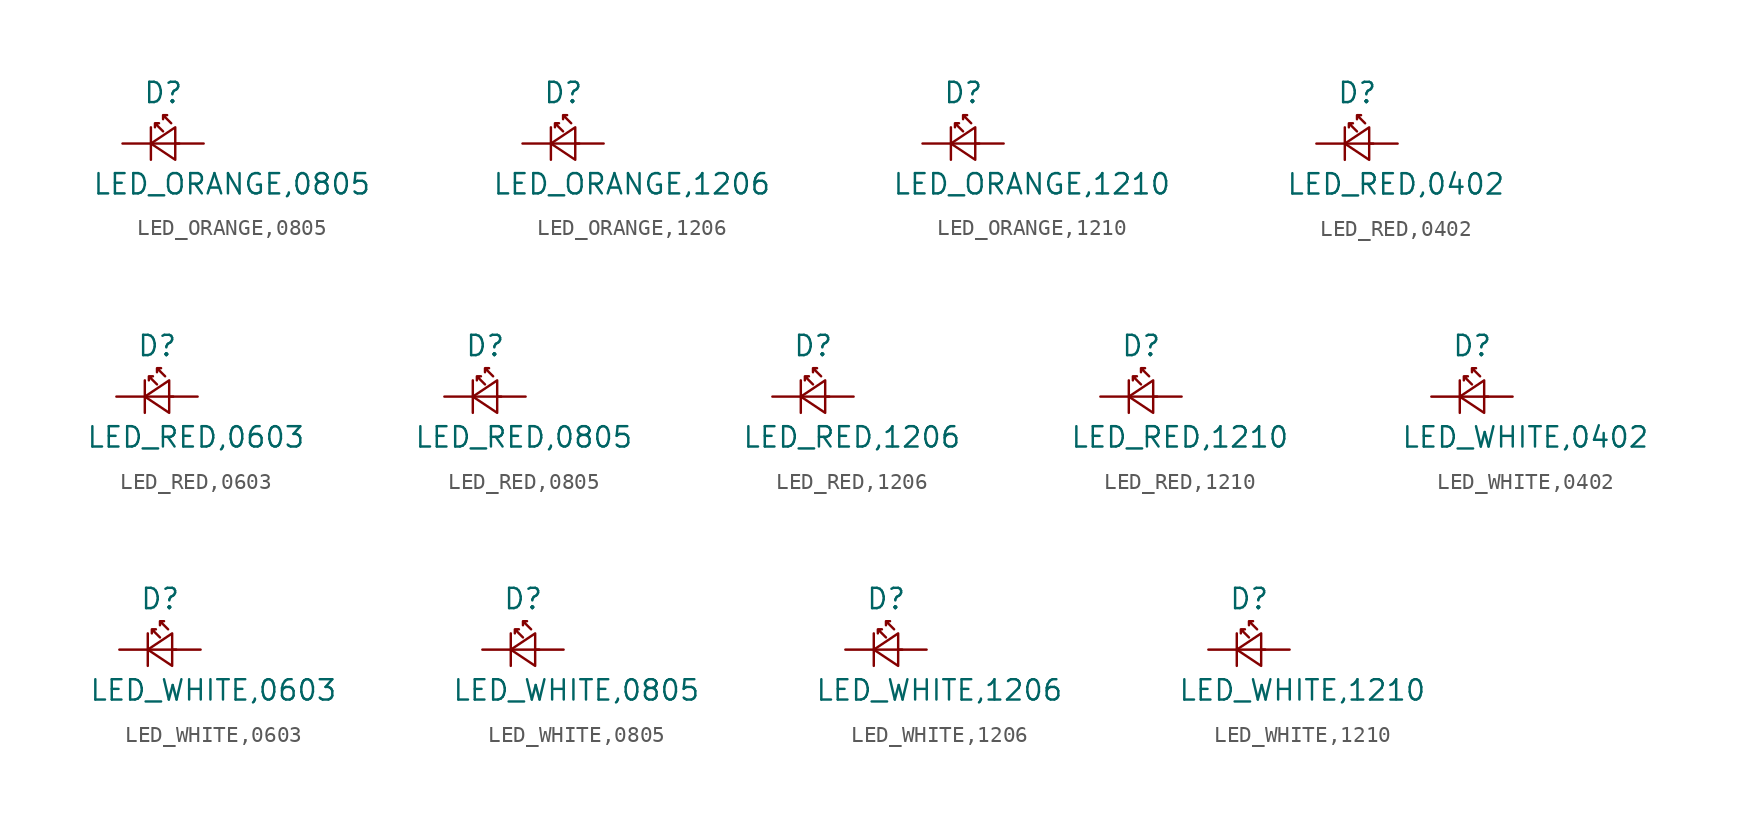
<source format=kicad_sym>
(kicad_symbol_lib
  (version 20211014)
  (generator kicad_symbol_editor)
  (symbol "LED_ORANGE,0805"
    (pin_numbers hide)
    (pin_names
      (offset 0.254) hide)
    (property "Reference" "D"
      (at -1.27 3.175 0)
      (effects (font (size 1.27 1.27)) (justify left)))
    (property "Value" "LED_ORANGE,0805"
      (at -4.445 -2.54 0)
      (effects (font (size 1.27 1.27)) (justify left)))
    (symbol "LED_ORANGE,0805_0_1"
      (polyline (pts (xy -0.762 -1.016) (xy -0.762 1.016)) (stroke (width 0) (type default) (color 0 0 0 0)) (fill (type none)))
      (polyline (pts (xy 1.016 0) (xy -0.762 0)) (stroke (width 0) (type default) (color 0 0 0 0)) (fill (type none)))
      (polyline (pts (xy 0.762 -1.016) (xy -0.762 0) (xy 0.762 1.016) (xy 0.762 -1.016)) (stroke (width 0) (type default) (color 0 0 0 0)) (fill (type none)))
      (polyline (pts (xy 0 0.762) (xy -0.508 1.27) (xy -0.254 1.27) (xy -0.508 1.27) (xy -0.508 1.016)) (stroke (width 0) (type default) (color 0 0 0 0)) (fill (type none)))
      (polyline (pts (xy 0.508 1.27) (xy 0 1.778) (xy 0.254 1.778) (xy 0 1.778) (xy 0 1.524)) (stroke (width 0) (type default) (color 0 0 0 0)) (fill (type none))))
    (symbol "LED_ORANGE,0805_1_1"
      (pin passive line (at -2.54 0 0) (length 1.778) (name "K" (effects (font (size 1.27 1.27)))) (number "1" (effects (font (size 1.27 1.27)))))
      (pin passive line (at 2.54 0 180) (length 1.778) (name "A" (effects (font (size 1.27 1.27)))) (number "2" (effects (font (size 1.27 1.27)))))))
  (symbol "LED_ORANGE,1206"
    (pin_numbers hide)
    (pin_names
      (offset 0.254) hide)
    (property "Reference" "D"
      (at -1.27 3.175 0)
      (effects (font (size 1.27 1.27)) (justify left)))
    (property "Value" "LED_ORANGE,1206"
      (at -4.445 -2.54 0)
      (effects (font (size 1.27 1.27)) (justify left)))
    (symbol "LED_ORANGE,1206_0_1"
      (polyline (pts (xy -0.762 -1.016) (xy -0.762 1.016)) (stroke (width 0) (type default) (color 0 0 0 0)) (fill (type none)))
      (polyline (pts (xy 1.016 0) (xy -0.762 0)) (stroke (width 0) (type default) (color 0 0 0 0)) (fill (type none)))
      (polyline (pts (xy 0.762 -1.016) (xy -0.762 0) (xy 0.762 1.016) (xy 0.762 -1.016)) (stroke (width 0) (type default) (color 0 0 0 0)) (fill (type none)))
      (polyline (pts (xy 0 0.762) (xy -0.508 1.27) (xy -0.254 1.27) (xy -0.508 1.27) (xy -0.508 1.016)) (stroke (width 0) (type default) (color 0 0 0 0)) (fill (type none)))
      (polyline (pts (xy 0.508 1.27) (xy 0 1.778) (xy 0.254 1.778) (xy 0 1.778) (xy 0 1.524)) (stroke (width 0) (type default) (color 0 0 0 0)) (fill (type none))))
    (symbol "LED_ORANGE,1206_1_1"
      (pin passive line (at -2.54 0 0) (length 1.778) (name "K" (effects (font (size 1.27 1.27)))) (number "1" (effects (font (size 1.27 1.27)))))
      (pin passive line (at 2.54 0 180) (length 1.778) (name "A" (effects (font (size 1.27 1.27)))) (number "2" (effects (font (size 1.27 1.27)))))))
  (symbol "LED_ORANGE,1210"
    (pin_numbers hide)
    (pin_names
      (offset 0.254) hide)
    (property "Reference" "D"
      (at -1.27 3.175 0)
      (effects (font (size 1.27 1.27)) (justify left)))
    (property "Value" "LED_ORANGE,1210"
      (at -4.445 -2.54 0)
      (effects (font (size 1.27 1.27)) (justify left)))
    (symbol "LED_ORANGE,1210_0_1"
      (polyline (pts (xy -0.762 -1.016) (xy -0.762 1.016)) (stroke (width 0) (type default) (color 0 0 0 0)) (fill (type none)))
      (polyline (pts (xy 1.016 0) (xy -0.762 0)) (stroke (width 0) (type default) (color 0 0 0 0)) (fill (type none)))
      (polyline (pts (xy 0.762 -1.016) (xy -0.762 0) (xy 0.762 1.016) (xy 0.762 -1.016)) (stroke (width 0) (type default) (color 0 0 0 0)) (fill (type none)))
      (polyline (pts (xy 0 0.762) (xy -0.508 1.27) (xy -0.254 1.27) (xy -0.508 1.27) (xy -0.508 1.016)) (stroke (width 0) (type default) (color 0 0 0 0)) (fill (type none)))
      (polyline (pts (xy 0.508 1.27) (xy 0 1.778) (xy 0.254 1.778) (xy 0 1.778) (xy 0 1.524)) (stroke (width 0) (type default) (color 0 0 0 0)) (fill (type none))))
    (symbol "LED_ORANGE,1210_1_1"
      (pin passive line (at -2.54 0 0) (length 1.778) (name "K" (effects (font (size 1.27 1.27)))) (number "1" (effects (font (size 1.27 1.27)))))
      (pin passive line (at 2.54 0 180) (length 1.778) (name "A" (effects (font (size 1.27 1.27)))) (number "2" (effects (font (size 1.27 1.27)))))))
  (symbol "LED_RED,0402"
    (pin_numbers hide)
    (pin_names
      (offset 0.254) hide)
    (property "Reference" "D"
      (at -1.27 3.175 0)
      (effects (font (size 1.27 1.27)) (justify left)))
    (property "Value" "LED_RED,0402"
      (at -4.445 -2.54 0)
      (effects (font (size 1.27 1.27)) (justify left)))
    (symbol "LED_RED,0402_0_1"
      (polyline (pts (xy -0.762 -1.016) (xy -0.762 1.016)) (stroke (width 0) (type default) (color 0 0 0 0)) (fill (type none)))
      (polyline (pts (xy 1.016 0) (xy -0.762 0)) (stroke (width 0) (type default) (color 0 0 0 0)) (fill (type none)))
      (polyline (pts (xy 0.762 -1.016) (xy -0.762 0) (xy 0.762 1.016) (xy 0.762 -1.016)) (stroke (width 0) (type default) (color 0 0 0 0)) (fill (type none)))
      (polyline (pts (xy 0 0.762) (xy -0.508 1.27) (xy -0.254 1.27) (xy -0.508 1.27) (xy -0.508 1.016)) (stroke (width 0) (type default) (color 0 0 0 0)) (fill (type none)))
      (polyline (pts (xy 0.508 1.27) (xy 0 1.778) (xy 0.254 1.778) (xy 0 1.778) (xy 0 1.524)) (stroke (width 0) (type default) (color 0 0 0 0)) (fill (type none))))
    (symbol "LED_RED,0402_1_1"
      (pin passive line (at -2.54 0 0) (length 1.778) (name "K" (effects (font (size 1.27 1.27)))) (number "1" (effects (font (size 1.27 1.27)))))
      (pin passive line (at 2.54 0 180) (length 1.778) (name "A" (effects (font (size 1.27 1.27)))) (number "2" (effects (font (size 1.27 1.27)))))))
  (symbol "LED_RED,0603"
    (pin_numbers hide)
    (pin_names
      (offset 0.254) hide)
    (property "Reference" "D"
      (at -1.27 3.175 0)
      (effects (font (size 1.27 1.27)) (justify left)))
    (property "Value" "LED_RED,0603"
      (at -4.445 -2.54 0)
      (effects (font (size 1.27 1.27)) (justify left)))
    (symbol "LED_RED,0603_0_1"
      (polyline (pts (xy -0.762 -1.016) (xy -0.762 1.016)) (stroke (width 0) (type default) (color 0 0 0 0)) (fill (type none)))
      (polyline (pts (xy 1.016 0) (xy -0.762 0)) (stroke (width 0) (type default) (color 0 0 0 0)) (fill (type none)))
      (polyline (pts (xy 0.762 -1.016) (xy -0.762 0) (xy 0.762 1.016) (xy 0.762 -1.016)) (stroke (width 0) (type default) (color 0 0 0 0)) (fill (type none)))
      (polyline (pts (xy 0 0.762) (xy -0.508 1.27) (xy -0.254 1.27) (xy -0.508 1.27) (xy -0.508 1.016)) (stroke (width 0) (type default) (color 0 0 0 0)) (fill (type none)))
      (polyline (pts (xy 0.508 1.27) (xy 0 1.778) (xy 0.254 1.778) (xy 0 1.778) (xy 0 1.524)) (stroke (width 0) (type default) (color 0 0 0 0)) (fill (type none))))
    (symbol "LED_RED,0603_1_1"
      (pin passive line (at -2.54 0 0) (length 1.778) (name "K" (effects (font (size 1.27 1.27)))) (number "1" (effects (font (size 1.27 1.27)))))
      (pin passive line (at 2.54 0 180) (length 1.778) (name "A" (effects (font (size 1.27 1.27)))) (number "2" (effects (font (size 1.27 1.27)))))))
  (symbol "LED_RED,0805"
    (pin_numbers hide)
    (pin_names
      (offset 0.254) hide)
    (property "Reference" "D"
      (at -1.27 3.175 0)
      (effects (font (size 1.27 1.27)) (justify left)))
    (property "Value" "LED_RED,0805"
      (at -4.445 -2.54 0)
      (effects (font (size 1.27 1.27)) (justify left)))
    (symbol "LED_RED,0805_0_1"
      (polyline (pts (xy -0.762 -1.016) (xy -0.762 1.016)) (stroke (width 0) (type default) (color 0 0 0 0)) (fill (type none)))
      (polyline (pts (xy 1.016 0) (xy -0.762 0)) (stroke (width 0) (type default) (color 0 0 0 0)) (fill (type none)))
      (polyline (pts (xy 0.762 -1.016) (xy -0.762 0) (xy 0.762 1.016) (xy 0.762 -1.016)) (stroke (width 0) (type default) (color 0 0 0 0)) (fill (type none)))
      (polyline (pts (xy 0 0.762) (xy -0.508 1.27) (xy -0.254 1.27) (xy -0.508 1.27) (xy -0.508 1.016)) (stroke (width 0) (type default) (color 0 0 0 0)) (fill (type none)))
      (polyline (pts (xy 0.508 1.27) (xy 0 1.778) (xy 0.254 1.778) (xy 0 1.778) (xy 0 1.524)) (stroke (width 0) (type default) (color 0 0 0 0)) (fill (type none))))
    (symbol "LED_RED,0805_1_1"
      (pin passive line (at -2.54 0 0) (length 1.778) (name "K" (effects (font (size 1.27 1.27)))) (number "1" (effects (font (size 1.27 1.27)))))
      (pin passive line (at 2.54 0 180) (length 1.778) (name "A" (effects (font (size 1.27 1.27)))) (number "2" (effects (font (size 1.27 1.27)))))))
  (symbol "LED_RED,1206"
    (pin_numbers hide)
    (pin_names
      (offset 0.254) hide)
    (property "Reference" "D"
      (at -1.27 3.175 0)
      (effects (font (size 1.27 1.27)) (justify left)))
    (property "Value" "LED_RED,1206"
      (at -4.445 -2.54 0)
      (effects (font (size 1.27 1.27)) (justify left)))
    (symbol "LED_RED,1206_0_1"
      (polyline (pts (xy -0.762 -1.016) (xy -0.762 1.016)) (stroke (width 0) (type default) (color 0 0 0 0)) (fill (type none)))
      (polyline (pts (xy 1.016 0) (xy -0.762 0)) (stroke (width 0) (type default) (color 0 0 0 0)) (fill (type none)))
      (polyline (pts (xy 0.762 -1.016) (xy -0.762 0) (xy 0.762 1.016) (xy 0.762 -1.016)) (stroke (width 0) (type default) (color 0 0 0 0)) (fill (type none)))
      (polyline (pts (xy 0 0.762) (xy -0.508 1.27) (xy -0.254 1.27) (xy -0.508 1.27) (xy -0.508 1.016)) (stroke (width 0) (type default) (color 0 0 0 0)) (fill (type none)))
      (polyline (pts (xy 0.508 1.27) (xy 0 1.778) (xy 0.254 1.778) (xy 0 1.778) (xy 0 1.524)) (stroke (width 0) (type default) (color 0 0 0 0)) (fill (type none))))
    (symbol "LED_RED,1206_1_1"
      (pin passive line (at -2.54 0 0) (length 1.778) (name "K" (effects (font (size 1.27 1.27)))) (number "1" (effects (font (size 1.27 1.27)))))
      (pin passive line (at 2.54 0 180) (length 1.778) (name "A" (effects (font (size 1.27 1.27)))) (number "2" (effects (font (size 1.27 1.27)))))))
  (symbol "LED_RED,1210"
    (pin_numbers hide)
    (pin_names
      (offset 0.254) hide)
    (property "Reference" "D"
      (at -1.27 3.175 0)
      (effects (font (size 1.27 1.27)) (justify left)))
    (property "Value" "LED_RED,1210"
      (at -4.445 -2.54 0)
      (effects (font (size 1.27 1.27)) (justify left)))
    (symbol "LED_RED,1210_0_1"
      (polyline (pts (xy -0.762 -1.016) (xy -0.762 1.016)) (stroke (width 0) (type default) (color 0 0 0 0)) (fill (type none)))
      (polyline (pts (xy 1.016 0) (xy -0.762 0)) (stroke (width 0) (type default) (color 0 0 0 0)) (fill (type none)))
      (polyline (pts (xy 0.762 -1.016) (xy -0.762 0) (xy 0.762 1.016) (xy 0.762 -1.016)) (stroke (width 0) (type default) (color 0 0 0 0)) (fill (type none)))
      (polyline (pts (xy 0 0.762) (xy -0.508 1.27) (xy -0.254 1.27) (xy -0.508 1.27) (xy -0.508 1.016)) (stroke (width 0) (type default) (color 0 0 0 0)) (fill (type none)))
      (polyline (pts (xy 0.508 1.27) (xy 0 1.778) (xy 0.254 1.778) (xy 0 1.778) (xy 0 1.524)) (stroke (width 0) (type default) (color 0 0 0 0)) (fill (type none))))
    (symbol "LED_RED,1210_1_1"
      (pin passive line (at -2.54 0 0) (length 1.778) (name "K" (effects (font (size 1.27 1.27)))) (number "1" (effects (font (size 1.27 1.27)))))
      (pin passive line (at 2.54 0 180) (length 1.778) (name "A" (effects (font (size 1.27 1.27)))) (number "2" (effects (font (size 1.27 1.27)))))))
  (symbol "LED_WHITE,0402"
    (pin_numbers hide)
    (pin_names
      (offset 0.254) hide)
    (property "Reference" "D"
      (at -1.27 3.175 0)
      (effects (font (size 1.27 1.27)) (justify left)))
    (property "Value" "LED_WHITE,0402"
      (at -4.445 -2.54 0)
      (effects (font (size 1.27 1.27)) (justify left)))
    (symbol "LED_WHITE,0402_0_1"
      (polyline (pts (xy -0.762 -1.016) (xy -0.762 1.016)) (stroke (width 0) (type default) (color 0 0 0 0)) (fill (type none)))
      (polyline (pts (xy 1.016 0) (xy -0.762 0)) (stroke (width 0) (type default) (color 0 0 0 0)) (fill (type none)))
      (polyline (pts (xy 0.762 -1.016) (xy -0.762 0) (xy 0.762 1.016) (xy 0.762 -1.016)) (stroke (width 0) (type default) (color 0 0 0 0)) (fill (type none)))
      (polyline (pts (xy 0 0.762) (xy -0.508 1.27) (xy -0.254 1.27) (xy -0.508 1.27) (xy -0.508 1.016)) (stroke (width 0) (type default) (color 0 0 0 0)) (fill (type none)))
      (polyline (pts (xy 0.508 1.27) (xy 0 1.778) (xy 0.254 1.778) (xy 0 1.778) (xy 0 1.524)) (stroke (width 0) (type default) (color 0 0 0 0)) (fill (type none))))
    (symbol "LED_WHITE,0402_1_1"
      (pin passive line (at -2.54 0 0) (length 1.778) (name "K" (effects (font (size 1.27 1.27)))) (number "1" (effects (font (size 1.27 1.27)))))
      (pin passive line (at 2.54 0 180) (length 1.778) (name "A" (effects (font (size 1.27 1.27)))) (number "2" (effects (font (size 1.27 1.27)))))))
  (symbol "LED_WHITE,0603"
    (pin_numbers hide)
    (pin_names
      (offset 0.254) hide)
    (property "Reference" "D"
      (at -1.27 3.175 0)
      (effects (font (size 1.27 1.27)) (justify left)))
    (property "Value" "LED_WHITE,0603"
      (at -4.445 -2.54 0)
      (effects (font (size 1.27 1.27)) (justify left)))
    (symbol "LED_WHITE,0603_0_1"
      (polyline (pts (xy -0.762 -1.016) (xy -0.762 1.016)) (stroke (width 0) (type default) (color 0 0 0 0)) (fill (type none)))
      (polyline (pts (xy 1.016 0) (xy -0.762 0)) (stroke (width 0) (type default) (color 0 0 0 0)) (fill (type none)))
      (polyline (pts (xy 0.762 -1.016) (xy -0.762 0) (xy 0.762 1.016) (xy 0.762 -1.016)) (stroke (width 0) (type default) (color 0 0 0 0)) (fill (type none)))
      (polyline (pts (xy 0 0.762) (xy -0.508 1.27) (xy -0.254 1.27) (xy -0.508 1.27) (xy -0.508 1.016)) (stroke (width 0) (type default) (color 0 0 0 0)) (fill (type none)))
      (polyline (pts (xy 0.508 1.27) (xy 0 1.778) (xy 0.254 1.778) (xy 0 1.778) (xy 0 1.524)) (stroke (width 0) (type default) (color 0 0 0 0)) (fill (type none))))
    (symbol "LED_WHITE,0603_1_1"
      (pin passive line (at -2.54 0 0) (length 1.778) (name "K" (effects (font (size 1.27 1.27)))) (number "1" (effects (font (size 1.27 1.27)))))
      (pin passive line (at 2.54 0 180) (length 1.778) (name "A" (effects (font (size 1.27 1.27)))) (number "2" (effects (font (size 1.27 1.27)))))))
  (symbol "LED_WHITE,0805"
    (pin_numbers hide)
    (pin_names
      (offset 0.254) hide)
    (property "Reference" "D"
      (at -1.27 3.175 0)
      (effects (font (size 1.27 1.27)) (justify left)))
    (property "Value" "LED_WHITE,0805"
      (at -4.445 -2.54 0)
      (effects (font (size 1.27 1.27)) (justify left)))
    (symbol "LED_WHITE,0805_0_1"
      (polyline (pts (xy -0.762 -1.016) (xy -0.762 1.016)) (stroke (width 0) (type default) (color 0 0 0 0)) (fill (type none)))
      (polyline (pts (xy 1.016 0) (xy -0.762 0)) (stroke (width 0) (type default) (color 0 0 0 0)) (fill (type none)))
      (polyline (pts (xy 0.762 -1.016) (xy -0.762 0) (xy 0.762 1.016) (xy 0.762 -1.016)) (stroke (width 0) (type default) (color 0 0 0 0)) (fill (type none)))
      (polyline (pts (xy 0 0.762) (xy -0.508 1.27) (xy -0.254 1.27) (xy -0.508 1.27) (xy -0.508 1.016)) (stroke (width 0) (type default) (color 0 0 0 0)) (fill (type none)))
      (polyline (pts (xy 0.508 1.27) (xy 0 1.778) (xy 0.254 1.778) (xy 0 1.778) (xy 0 1.524)) (stroke (width 0) (type default) (color 0 0 0 0)) (fill (type none))))
    (symbol "LED_WHITE,0805_1_1"
      (pin passive line (at -2.54 0 0) (length 1.778) (name "K" (effects (font (size 1.27 1.27)))) (number "1" (effects (font (size 1.27 1.27)))))
      (pin passive line (at 2.54 0 180) (length 1.778) (name "A" (effects (font (size 1.27 1.27)))) (number "2" (effects (font (size 1.27 1.27)))))))
  (symbol "LED_WHITE,1206"
    (pin_numbers hide)
    (pin_names
      (offset 0.254) hide)
    (property "Reference" "D"
      (at -1.27 3.175 0)
      (effects (font (size 1.27 1.27)) (justify left)))
    (property "Value" "LED_WHITE,1206"
      (at -4.445 -2.54 0)
      (effects (font (size 1.27 1.27)) (justify left)))
    (symbol "LED_WHITE,1206_0_1"
      (polyline (pts (xy -0.762 -1.016) (xy -0.762 1.016)) (stroke (width 0) (type default) (color 0 0 0 0)) (fill (type none)))
      (polyline (pts (xy 1.016 0) (xy -0.762 0)) (stroke (width 0) (type default) (color 0 0 0 0)) (fill (type none)))
      (polyline (pts (xy 0.762 -1.016) (xy -0.762 0) (xy 0.762 1.016) (xy 0.762 -1.016)) (stroke (width 0) (type default) (color 0 0 0 0)) (fill (type none)))
      (polyline (pts (xy 0 0.762) (xy -0.508 1.27) (xy -0.254 1.27) (xy -0.508 1.27) (xy -0.508 1.016)) (stroke (width 0) (type default) (color 0 0 0 0)) (fill (type none)))
      (polyline (pts (xy 0.508 1.27) (xy 0 1.778) (xy 0.254 1.778) (xy 0 1.778) (xy 0 1.524)) (stroke (width 0) (type default) (color 0 0 0 0)) (fill (type none))))
    (symbol "LED_WHITE,1206_1_1"
      (pin passive line (at -2.54 0 0) (length 1.778) (name "K" (effects (font (size 1.27 1.27)))) (number "1" (effects (font (size 1.27 1.27)))))
      (pin passive line (at 2.54 0 180) (length 1.778) (name "A" (effects (font (size 1.27 1.27)))) (number "2" (effects (font (size 1.27 1.27)))))))
  (symbol "LED_WHITE,1210"
    (pin_numbers hide)
    (pin_names
      (offset 0.254) hide)
    (property "Reference" "D"
      (at -1.27 3.175 0)
      (effects (font (size 1.27 1.27)) (justify left)))
    (property "Value" "LED_WHITE,1210"
      (at -4.445 -2.54 0)
      (effects (font (size 1.27 1.27)) (justify left)))
    (symbol "LED_WHITE,1210_0_1"
      (polyline (pts (xy -0.762 -1.016) (xy -0.762 1.016)) (stroke (width 0) (type default) (color 0 0 0 0)) (fill (type none)))
      (polyline (pts (xy 1.016 0) (xy -0.762 0)) (stroke (width 0) (type default) (color 0 0 0 0)) (fill (type none)))
      (polyline (pts (xy 0.762 -1.016) (xy -0.762 0) (xy 0.762 1.016) (xy 0.762 -1.016)) (stroke (width 0) (type default) (color 0 0 0 0)) (fill (type none)))
      (polyline (pts (xy 0 0.762) (xy -0.508 1.27) (xy -0.254 1.27) (xy -0.508 1.27) (xy -0.508 1.016)) (stroke (width 0) (type default) (color 0 0 0 0)) (fill (type none)))
      (polyline (pts (xy 0.508 1.27) (xy 0 1.778) (xy 0.254 1.778) (xy 0 1.778) (xy 0 1.524)) (stroke (width 0) (type default) (color 0 0 0 0)) (fill (type none))))
    (symbol "LED_WHITE,1210_1_1"
      (pin passive line (at -2.54 0 0) (length 1.778) (name "K" (effects (font (size 1.27 1.27)))) (number "1" (effects (font (size 1.27 1.27)))))
      (pin passive line (at 2.54 0 180) (length 1.778) (name "A" (effects (font (size 1.27 1.27)))) (number "2" (effects (font (size 1.27 1.27))))))))
</source>
